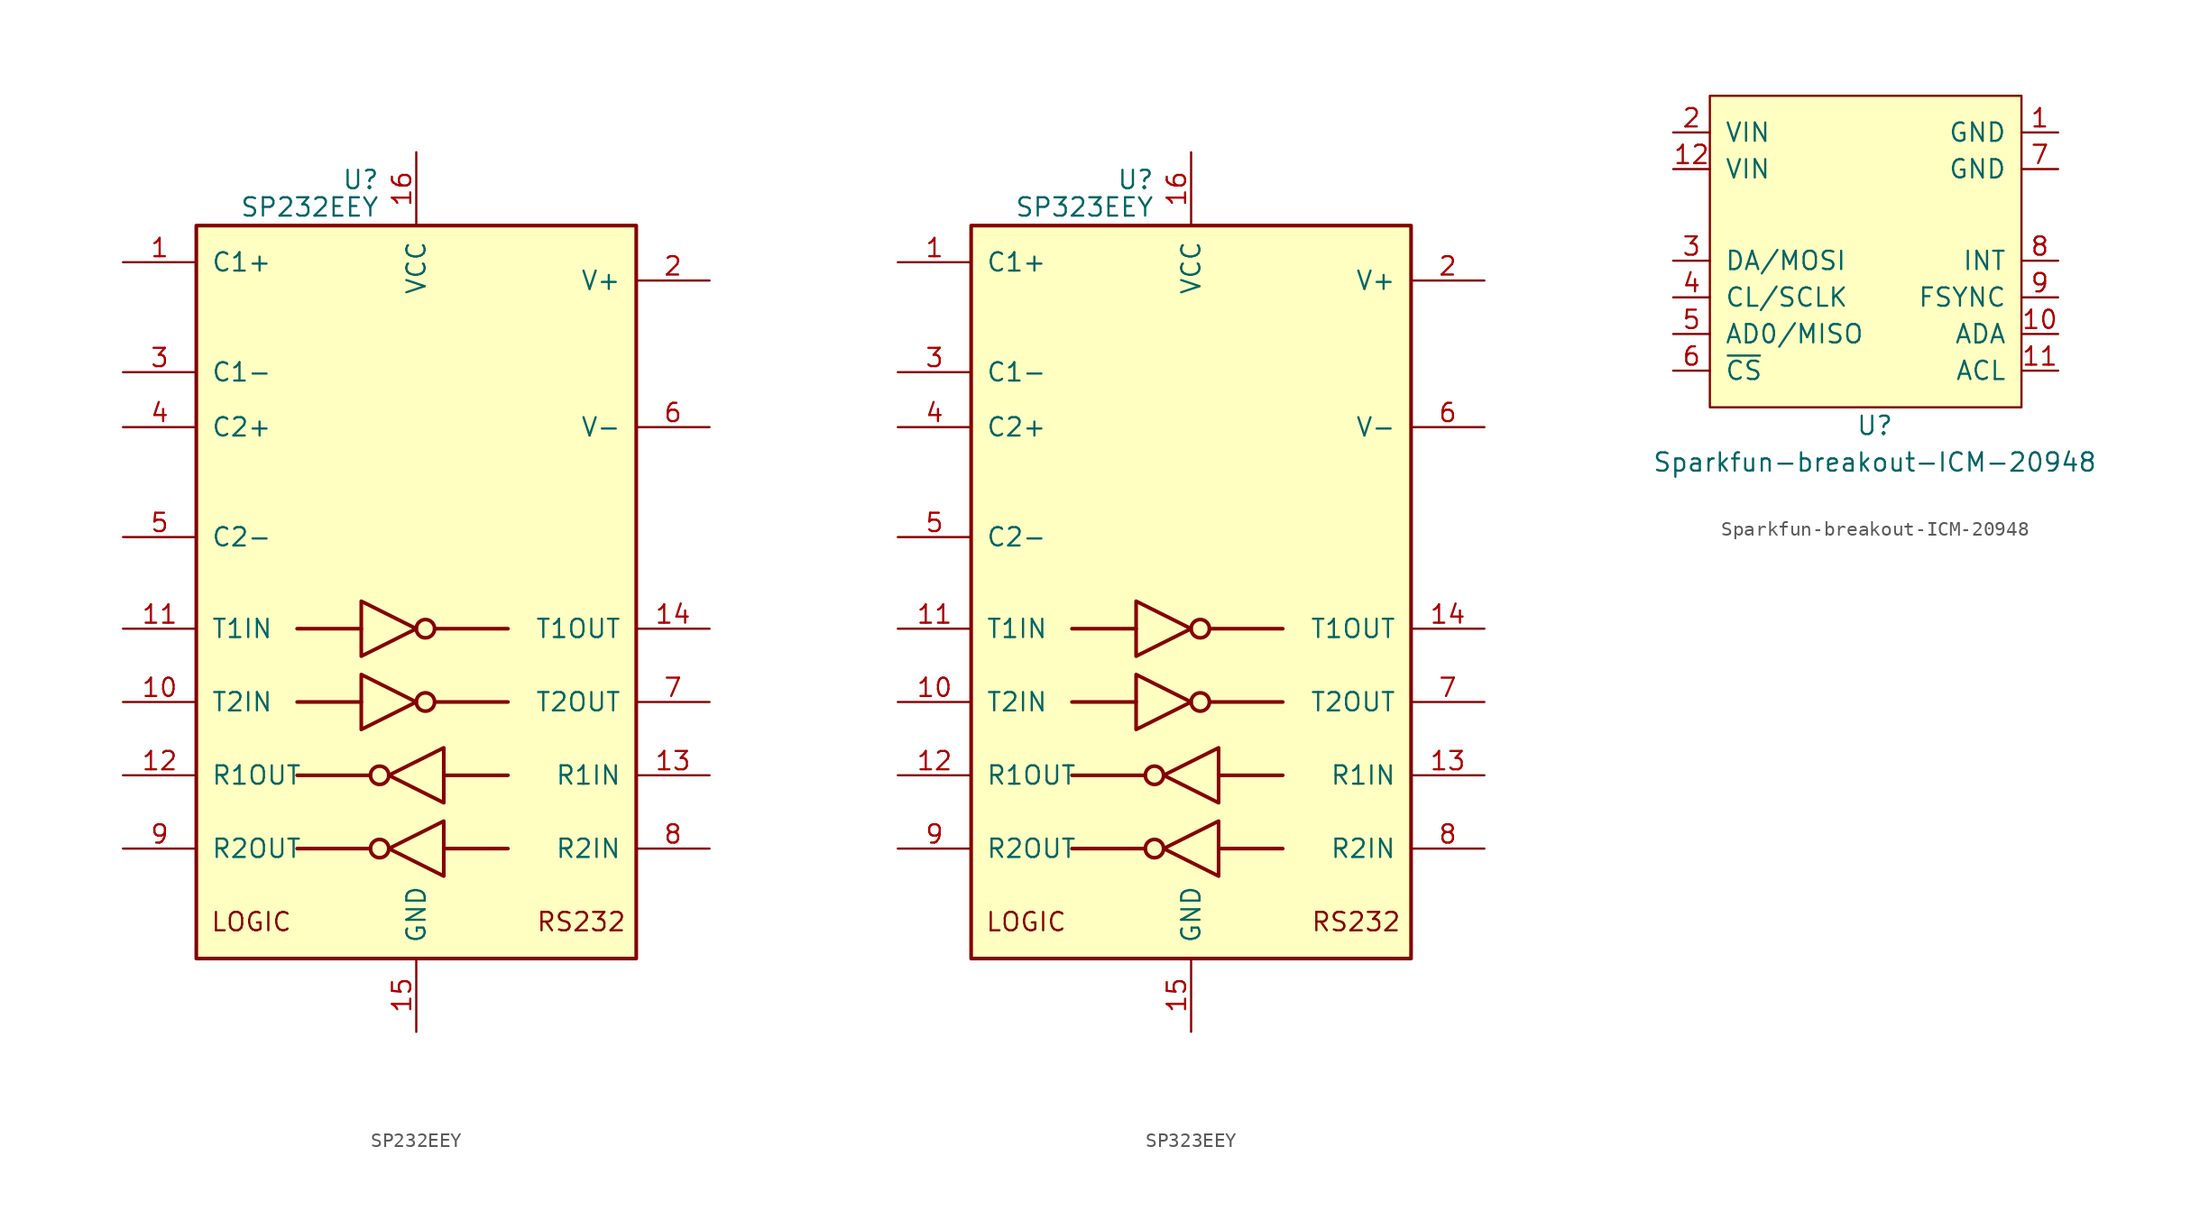
<source format=kicad_sym>
(kicad_symbol_lib
  (version 20211014)
  (generator kicad_symbol_editor)
  (symbol "SP232EEY"
    (pin_names
      (offset 1.016))
    (property "Reference" "U"
      (at -2.54 28.575 0)
      (effects (font (size 1.27 1.27)) (justify right)))
    (property "Value" "SP232EEY"
      (at -2.54 26.67 0)
      (effects (font (size 1.27 1.27)) (justify right)))
    (symbol "SP232EEY_0_0"
      (text "LOGIC" (at -11.43 -22.86 0) (effects (font (size 1.27 1.27))))
      (text "RS232" (at 11.43 -22.86 0) (effects (font (size 1.27 1.27)))))
    (symbol "SP232EEY_0_1"
      (rectangle (start -15.24 -25.4) (end 15.24 25.4) (stroke (width 0.254) (type default) (color 0 0 0 0)) (fill (type background)))
      (circle (center -2.54 -17.78) (radius 0.635) (stroke (width 0.254) (type default) (color 0 0 0 0)) (fill (type none)))
      (circle (center -2.54 -12.7) (radius 0.635) (stroke (width 0.254) (type default) (color 0 0 0 0)) (fill (type none)))
      (polyline (pts (xy -3.81 -7.62) (xy -8.255 -7.62)) (stroke (width 0.254) (type default) (color 0 0 0 0)) (fill (type none)))
      (polyline (pts (xy -3.81 -2.54) (xy -8.255 -2.54)) (stroke (width 0.254) (type default) (color 0 0 0 0)) (fill (type none)))
      (polyline (pts (xy -3.175 -17.78) (xy -8.255 -17.78)) (stroke (width 0.254) (type default) (color 0 0 0 0)) (fill (type none)))
      (polyline (pts (xy -3.175 -12.7) (xy -8.255 -12.7)) (stroke (width 0.254) (type default) (color 0 0 0 0)) (fill (type none)))
      (polyline (pts (xy 1.27 -7.62) (xy 6.35 -7.62)) (stroke (width 0.254) (type default) (color 0 0 0 0)) (fill (type none)))
      (polyline (pts (xy 1.27 -2.54) (xy 6.35 -2.54)) (stroke (width 0.254) (type default) (color 0 0 0 0)) (fill (type none)))
      (polyline (pts (xy 1.905 -17.78) (xy 6.35 -17.78)) (stroke (width 0.254) (type default) (color 0 0 0 0)) (fill (type none)))
      (polyline (pts (xy 1.905 -12.7) (xy 6.35 -12.7)) (stroke (width 0.254) (type default) (color 0 0 0 0)) (fill (type none)))
      (polyline (pts (xy -3.81 -5.715) (xy -3.81 -9.525) (xy 0 -7.62) (xy -3.81 -5.715)) (stroke (width 0.254) (type default) (color 0 0 0 0)) (fill (type none)))
      (polyline (pts (xy -3.81 -0.635) (xy -3.81 -4.445) (xy 0 -2.54) (xy -3.81 -0.635)) (stroke (width 0.254) (type default) (color 0 0 0 0)) (fill (type none)))
      (polyline (pts (xy 1.905 -15.875) (xy 1.905 -19.685) (xy -1.905 -17.78) (xy 1.905 -15.875)) (stroke (width 0.254) (type default) (color 0 0 0 0)) (fill (type none)))
      (polyline (pts (xy 1.905 -10.795) (xy 1.905 -14.605) (xy -1.905 -12.7) (xy 1.905 -10.795)) (stroke (width 0.254) (type default) (color 0 0 0 0)) (fill (type none)))
      (circle (center 0.635 -7.62) (radius 0.635) (stroke (width 0.254) (type default) (color 0 0 0 0)) (fill (type none)))
      (circle (center 0.635 -2.54) (radius 0.635) (stroke (width 0.254) (type default) (color 0 0 0 0)) (fill (type none))))
    (symbol "SP232EEY_1_1"
      (pin passive line (at -20.32 22.86 0) (length 5.08) (name "C1+" (effects (font (size 1.27 1.27)))) (number "1" (effects (font (size 1.27 1.27)))))
      (pin input line (at -20.32 -7.62 0) (length 5.08) (name "T2IN" (effects (font (size 1.27 1.27)))) (number "10" (effects (font (size 1.27 1.27)))))
      (pin input line (at -20.32 -2.54 0) (length 5.08) (name "T1IN" (effects (font (size 1.27 1.27)))) (number "11" (effects (font (size 1.27 1.27)))))
      (pin output line (at -20.32 -12.7 0) (length 5.08) (name "R1OUT" (effects (font (size 1.27 1.27)))) (number "12" (effects (font (size 1.27 1.27)))))
      (pin input line (at 20.32 -12.7 180) (length 5.08) (name "R1IN" (effects (font (size 1.27 1.27)))) (number "13" (effects (font (size 1.27 1.27)))))
      (pin output line (at 20.32 -2.54 180) (length 5.08) (name "T1OUT" (effects (font (size 1.27 1.27)))) (number "14" (effects (font (size 1.27 1.27)))))
      (pin power_in line (at 0 -30.48 90) (length 5.08) (name "GND" (effects (font (size 1.27 1.27)))) (number "15" (effects (font (size 1.27 1.27)))))
      (pin power_in line (at 0 30.48 270) (length 5.08) (name "VCC" (effects (font (size 1.27 1.27)))) (number "16" (effects (font (size 1.27 1.27)))))
      (pin power_out line (at 20.32 21.59 180) (length 5.08) (name "V+" (effects (font (size 1.27 1.27)))) (number "2" (effects (font (size 1.27 1.27)))))
      (pin passive line (at -20.32 15.24 0) (length 5.08) (name "C1-" (effects (font (size 1.27 1.27)))) (number "3" (effects (font (size 1.27 1.27)))))
      (pin passive line (at -20.32 11.43 0) (length 5.08) (name "C2+" (effects (font (size 1.27 1.27)))) (number "4" (effects (font (size 1.27 1.27)))))
      (pin passive line (at -20.32 3.81 0) (length 5.08) (name "C2-" (effects (font (size 1.27 1.27)))) (number "5" (effects (font (size 1.27 1.27)))))
      (pin power_out line (at 20.32 11.43 180) (length 5.08) (name "V-" (effects (font (size 1.27 1.27)))) (number "6" (effects (font (size 1.27 1.27)))))
      (pin output line (at 20.32 -7.62 180) (length 5.08) (name "T2OUT" (effects (font (size 1.27 1.27)))) (number "7" (effects (font (size 1.27 1.27)))))
      (pin input line (at 20.32 -17.78 180) (length 5.08) (name "R2IN" (effects (font (size 1.27 1.27)))) (number "8" (effects (font (size 1.27 1.27)))))
      (pin output line (at -20.32 -17.78 0) (length 5.08) (name "R2OUT" (effects (font (size 1.27 1.27)))) (number "9" (effects (font (size 1.27 1.27)))))))
  (symbol "SP323EEY"
    (pin_names
      (offset 1.016))
    (property "Reference" "U"
      (at -2.54 28.575 0)
      (effects (font (size 1.27 1.27)) (justify right)))
    (property "Value" "SP323EEY"
      (at -2.54 26.67 0)
      (effects (font (size 1.27 1.27)) (justify right)))
    (symbol "SP323EEY_0_0"
      (text "LOGIC" (at -11.43 -22.86 0) (effects (font (size 1.27 1.27))))
      (text "RS232" (at 11.43 -22.86 0) (effects (font (size 1.27 1.27)))))
    (symbol "SP323EEY_0_1"
      (rectangle (start -15.24 -25.4) (end 15.24 25.4) (stroke (width 0.254) (type default) (color 0 0 0 0)) (fill (type background)))
      (circle (center -2.54 -17.78) (radius 0.635) (stroke (width 0.254) (type default) (color 0 0 0 0)) (fill (type none)))
      (circle (center -2.54 -12.7) (radius 0.635) (stroke (width 0.254) (type default) (color 0 0 0 0)) (fill (type none)))
      (polyline (pts (xy -3.81 -7.62) (xy -8.255 -7.62)) (stroke (width 0.254) (type default) (color 0 0 0 0)) (fill (type none)))
      (polyline (pts (xy -3.81 -2.54) (xy -8.255 -2.54)) (stroke (width 0.254) (type default) (color 0 0 0 0)) (fill (type none)))
      (polyline (pts (xy -3.175 -17.78) (xy -8.255 -17.78)) (stroke (width 0.254) (type default) (color 0 0 0 0)) (fill (type none)))
      (polyline (pts (xy -3.175 -12.7) (xy -8.255 -12.7)) (stroke (width 0.254) (type default) (color 0 0 0 0)) (fill (type none)))
      (polyline (pts (xy 1.27 -7.62) (xy 6.35 -7.62)) (stroke (width 0.254) (type default) (color 0 0 0 0)) (fill (type none)))
      (polyline (pts (xy 1.27 -2.54) (xy 6.35 -2.54)) (stroke (width 0.254) (type default) (color 0 0 0 0)) (fill (type none)))
      (polyline (pts (xy 1.905 -17.78) (xy 6.35 -17.78)) (stroke (width 0.254) (type default) (color 0 0 0 0)) (fill (type none)))
      (polyline (pts (xy 1.905 -12.7) (xy 6.35 -12.7)) (stroke (width 0.254) (type default) (color 0 0 0 0)) (fill (type none)))
      (polyline (pts (xy -3.81 -5.715) (xy -3.81 -9.525) (xy 0 -7.62) (xy -3.81 -5.715)) (stroke (width 0.254) (type default) (color 0 0 0 0)) (fill (type none)))
      (polyline (pts (xy -3.81 -0.635) (xy -3.81 -4.445) (xy 0 -2.54) (xy -3.81 -0.635)) (stroke (width 0.254) (type default) (color 0 0 0 0)) (fill (type none)))
      (polyline (pts (xy 1.905 -15.875) (xy 1.905 -19.685) (xy -1.905 -17.78) (xy 1.905 -15.875)) (stroke (width 0.254) (type default) (color 0 0 0 0)) (fill (type none)))
      (polyline (pts (xy 1.905 -10.795) (xy 1.905 -14.605) (xy -1.905 -12.7) (xy 1.905 -10.795)) (stroke (width 0.254) (type default) (color 0 0 0 0)) (fill (type none)))
      (circle (center 0.635 -7.62) (radius 0.635) (stroke (width 0.254) (type default) (color 0 0 0 0)) (fill (type none)))
      (circle (center 0.635 -2.54) (radius 0.635) (stroke (width 0.254) (type default) (color 0 0 0 0)) (fill (type none))))
    (symbol "SP323EEY_1_1"
      (pin passive line (at -20.32 22.86 0) (length 5.08) (name "C1+" (effects (font (size 1.27 1.27)))) (number "1" (effects (font (size 1.27 1.27)))))
      (pin input line (at -20.32 -7.62 0) (length 5.08) (name "T2IN" (effects (font (size 1.27 1.27)))) (number "10" (effects (font (size 1.27 1.27)))))
      (pin input line (at -20.32 -2.54 0) (length 5.08) (name "T1IN" (effects (font (size 1.27 1.27)))) (number "11" (effects (font (size 1.27 1.27)))))
      (pin output line (at -20.32 -12.7 0) (length 5.08) (name "R1OUT" (effects (font (size 1.27 1.27)))) (number "12" (effects (font (size 1.27 1.27)))))
      (pin input line (at 20.32 -12.7 180) (length 5.08) (name "R1IN" (effects (font (size 1.27 1.27)))) (number "13" (effects (font (size 1.27 1.27)))))
      (pin output line (at 20.32 -2.54 180) (length 5.08) (name "T1OUT" (effects (font (size 1.27 1.27)))) (number "14" (effects (font (size 1.27 1.27)))))
      (pin power_in line (at 0 -30.48 90) (length 5.08) (name "GND" (effects (font (size 1.27 1.27)))) (number "15" (effects (font (size 1.27 1.27)))))
      (pin power_in line (at 0 30.48 270) (length 5.08) (name "VCC" (effects (font (size 1.27 1.27)))) (number "16" (effects (font (size 1.27 1.27)))))
      (pin power_out line (at 20.32 21.59 180) (length 5.08) (name "V+" (effects (font (size 1.27 1.27)))) (number "2" (effects (font (size 1.27 1.27)))))
      (pin passive line (at -20.32 15.24 0) (length 5.08) (name "C1-" (effects (font (size 1.27 1.27)))) (number "3" (effects (font (size 1.27 1.27)))))
      (pin passive line (at -20.32 11.43 0) (length 5.08) (name "C2+" (effects (font (size 1.27 1.27)))) (number "4" (effects (font (size 1.27 1.27)))))
      (pin passive line (at -20.32 3.81 0) (length 5.08) (name "C2-" (effects (font (size 1.27 1.27)))) (number "5" (effects (font (size 1.27 1.27)))))
      (pin power_out line (at 20.32 11.43 180) (length 5.08) (name "V-" (effects (font (size 1.27 1.27)))) (number "6" (effects (font (size 1.27 1.27)))))
      (pin output line (at 20.32 -7.62 180) (length 5.08) (name "T2OUT" (effects (font (size 1.27 1.27)))) (number "7" (effects (font (size 1.27 1.27)))))
      (pin input line (at 20.32 -17.78 180) (length 5.08) (name "R2IN" (effects (font (size 1.27 1.27)))) (number "8" (effects (font (size 1.27 1.27)))))
      (pin output line (at -20.32 -17.78 0) (length 5.08) (name "R2OUT" (effects (font (size 1.27 1.27)))) (number "9" (effects (font (size 1.27 1.27)))))))
  (symbol "Sparkfun-breakout-ICM-20948"
    (pin_names
      (offset 1.016))
    (property "Reference" "U"
      (at 0 -10.16 0)
      (effects (font (size 1.27 1.27))))
    (property "Value" "Sparkfun-breakout-ICM-20948"
      (at 0 -12.7 0)
      (effects (font (size 1.27 1.27))))
    (symbol "Sparkfun-breakout-ICM-20948_0_1"
      (rectangle (start -11.43 12.7) (end 10.16 -8.89) (stroke (width 0) (type default) (color 0 0 0 0)) (fill (type background))))
    (symbol "Sparkfun-breakout-ICM-20948_1_1"
      (pin power_in line (at 12.7 10.16 180) (length 2.54) (name "GND" (effects (font (size 1.27 1.27)))) (number "1" (effects (font (size 1.27 1.27)))))
      (pin bidirectional line (at 12.7 -3.81 180) (length 2.54) (name "ADA" (effects (font (size 1.27 1.27)))) (number "10" (effects (font (size 1.27 1.27)))))
      (pin bidirectional line (at 12.7 -6.35 180) (length 2.54) (name "ACL" (effects (font (size 1.27 1.27)))) (number "11" (effects (font (size 1.27 1.27)))))
      (pin power_in line (at -13.97 7.62 0) (length 2.54) (name "VIN" (effects (font (size 1.27 1.27)))) (number "12" (effects (font (size 1.27 1.27)))))
      (pin power_in line (at -13.97 10.16 0) (length 2.54) (name "VIN" (effects (font (size 1.27 1.27)))) (number "2" (effects (font (size 1.27 1.27)))))
      (pin bidirectional line (at -13.97 1.27 0) (length 2.54) (name "DA/MOSI" (effects (font (size 1.27 1.27)))) (number "3" (effects (font (size 1.27 1.27)))))
      (pin input line (at -13.97 -1.27 0) (length 2.54) (name "CL/SCLK" (effects (font (size 1.27 1.27)))) (number "4" (effects (font (size 1.27 1.27)))))
      (pin bidirectional line (at -13.97 -3.81 0) (length 2.54) (name "AD0/MISO" (effects (font (size 1.27 1.27)))) (number "5" (effects (font (size 1.27 1.27)))))
      (pin input line (at -13.97 -6.35 0) (length 2.54) (name "~{CS}" (effects (font (size 1.27 1.27)))) (number "6" (effects (font (size 1.27 1.27)))))
      (pin power_in line (at 12.7 7.62 180) (length 2.54) (name "GND" (effects (font (size 1.27 1.27)))) (number "7" (effects (font (size 1.27 1.27)))))
      (pin output line (at 12.7 1.27 180) (length 2.54) (name "INT" (effects (font (size 1.27 1.27)))) (number "8" (effects (font (size 1.27 1.27)))))
      (pin output line (at 12.7 -1.27 180) (length 2.54) (name "FSYNC" (effects (font (size 1.27 1.27)))) (number "9" (effects (font (size 1.27 1.27))))))))
</source>
